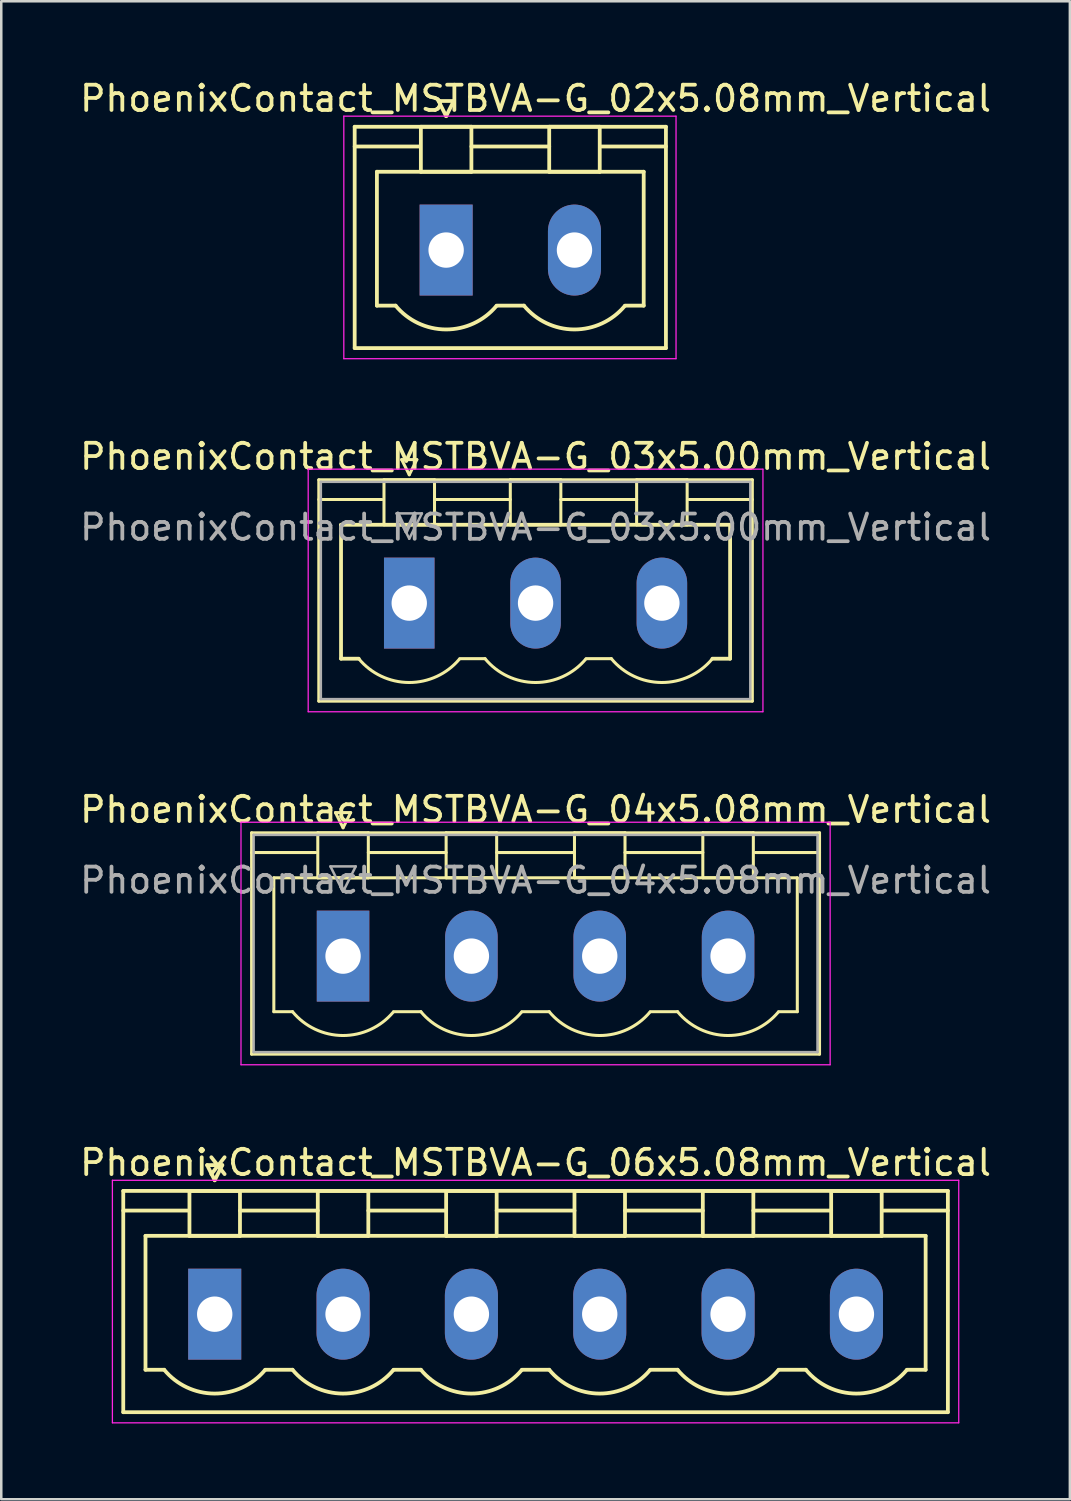
<source format=kicad_pcb>
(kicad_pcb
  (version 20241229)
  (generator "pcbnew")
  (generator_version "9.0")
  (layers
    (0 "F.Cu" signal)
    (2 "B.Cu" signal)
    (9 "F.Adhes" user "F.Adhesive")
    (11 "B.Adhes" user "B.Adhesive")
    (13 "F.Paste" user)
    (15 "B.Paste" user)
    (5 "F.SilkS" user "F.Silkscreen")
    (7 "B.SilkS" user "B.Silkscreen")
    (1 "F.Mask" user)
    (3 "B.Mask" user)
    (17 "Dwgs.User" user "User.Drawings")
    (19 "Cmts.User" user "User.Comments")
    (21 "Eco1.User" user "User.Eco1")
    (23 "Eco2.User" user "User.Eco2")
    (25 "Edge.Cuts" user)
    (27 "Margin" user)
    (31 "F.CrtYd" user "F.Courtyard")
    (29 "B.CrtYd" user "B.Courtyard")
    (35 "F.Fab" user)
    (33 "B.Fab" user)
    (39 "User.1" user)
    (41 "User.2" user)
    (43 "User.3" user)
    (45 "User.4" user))
  (footprint "PhoenixContact_MSTBVA-G_06x5.08mm_Vertical"
    (layer "F.Cu")
    (at 5.449 48.968)
    (property "Reference" "PhoenixContact_MSTBVA-G_06x5.08mm_Vertical" (at 12.7 -6 0) (layer "F.SilkS") (effects (font (size 1 1) (thickness 0.15))))
    (attr through_hole)
    (fp_line (start -3.62 -4.88) (end -3.62 3.88) (stroke (width 0.15) (type solid)) (layer "F.SilkS"))
    (fp_line (start -3.62 -4.1) (end -1.08 -4.1) (stroke (width 0.15) (type solid)) (layer "F.SilkS"))
    (fp_line (start -3.62 3.88) (end 29.02 3.88) (stroke (width 0.15) (type solid)) (layer "F.SilkS"))
    (fp_line (start -2.74 -3.1) (end 28.14 -3.1) (stroke (width 0.15) (type solid)) (layer "F.SilkS"))
    (fp_line (start -2.74 2.2) (end -2.74 -3.1) (stroke (width 0.15) (type solid)) (layer "F.SilkS"))
    (fp_line (start -2 2.2) (end -2.74 2.2) (stroke (width 0.15) (type solid)) (layer "F.SilkS"))
    (fp_line (start -1 -4.88) (end 1 -4.88) (stroke (width 0.15) (type solid)) (layer "F.SilkS"))
    (fp_line (start -1 -3.1) (end -1 -4.88) (stroke (width 0.15) (type solid)) (layer "F.SilkS"))
    (fp_line (start -0.3 -5.9) (end 0 -5.3) (stroke (width 0.15) (type solid)) (layer "F.SilkS"))
    (fp_line (start 0 -5.3) (end 0.3 -5.9) (stroke (width 0.15) (type solid)) (layer "F.SilkS"))
    (fp_line (start 0.3 -5.9) (end -0.3 -5.9) (stroke (width 0.15) (type solid)) (layer "F.SilkS"))
    (fp_line (start 1 -4.88) (end 1 -3.1) (stroke (width 0.15) (type solid)) (layer "F.SilkS"))
    (fp_line (start 1 -4.1) (end 4.08 -4.1) (stroke (width 0.15) (type solid)) (layer "F.SilkS"))
    (fp_line (start 1 -3.1) (end -1 -3.1) (stroke (width 0.15) (type solid)) (layer "F.SilkS"))
    (fp_line (start 2 2.2) (end 3.08 2.2) (stroke (width 0.15) (type solid)) (layer "F.SilkS"))
    (fp_line (start 4.08 -4.88) (end 6.08 -4.88) (stroke (width 0.15) (type solid)) (layer "F.SilkS"))
    (fp_line (start 4.08 -3.1) (end 4.08 -4.88) (stroke (width 0.15) (type solid)) (layer "F.SilkS"))
    (fp_line (start 6.08 -4.88) (end 6.08 -3.1) (stroke (width 0.15) (type solid)) (layer "F.SilkS"))
    (fp_line (start 6.08 -4.1) (end 9.16 -4.1) (stroke (width 0.15) (type solid)) (layer "F.SilkS"))
    (fp_line (start 6.08 -3.1) (end 4.08 -3.1) (stroke (width 0.15) (type solid)) (layer "F.SilkS"))
    (fp_line (start 7.08 2.2) (end 8.16 2.2) (stroke (width 0.15) (type solid)) (layer "F.SilkS"))
    (fp_line (start 9.16 -4.88) (end 11.16 -4.88) (stroke (width 0.15) (type solid)) (layer "F.SilkS"))
    (fp_line (start 9.16 -3.1) (end 9.16 -4.88) (stroke (width 0.15) (type solid)) (layer "F.SilkS"))
    (fp_line (start 11.16 -4.88) (end 11.16 -3.1) (stroke (width 0.15) (type solid)) (layer "F.SilkS"))
    (fp_line (start 11.16 -4.1) (end 14.24 -4.1) (stroke (width 0.15) (type solid)) (layer "F.SilkS"))
    (fp_line (start 11.16 -3.1) (end 9.16 -3.1) (stroke (width 0.15) (type solid)) (layer "F.SilkS"))
    (fp_line (start 12.16 2.2) (end 13.24 2.2) (stroke (width 0.15) (type solid)) (layer "F.SilkS"))
    (fp_line (start 14.24 -4.88) (end 16.24 -4.88) (stroke (width 0.15) (type solid)) (layer "F.SilkS"))
    (fp_line (start 14.24 -3.1) (end 14.24 -4.88) (stroke (width 0.15) (type solid)) (layer "F.SilkS"))
    (fp_line (start 16.24 -4.88) (end 16.24 -3.1) (stroke (width 0.15) (type solid)) (layer "F.SilkS"))
    (fp_line (start 16.24 -4.1) (end 19.32 -4.1) (stroke (width 0.15) (type solid)) (layer "F.SilkS"))
    (fp_line (start 16.24 -3.1) (end 14.24 -3.1) (stroke (width 0.15) (type solid)) (layer "F.SilkS"))
    (fp_line (start 17.24 2.2) (end 18.32 2.2) (stroke (width 0.15) (type solid)) (layer "F.SilkS"))
    (fp_line (start 19.32 -4.88) (end 21.32 -4.88) (stroke (width 0.15) (type solid)) (layer "F.SilkS"))
    (fp_line (start 19.32 -3.1) (end 19.32 -4.88) (stroke (width 0.15) (type solid)) (layer "F.SilkS"))
    (fp_line (start 21.32 -4.88) (end 21.32 -3.1) (stroke (width 0.15) (type solid)) (layer "F.SilkS"))
    (fp_line (start 21.32 -4.1) (end 24.4 -4.1) (stroke (width 0.15) (type solid)) (layer "F.SilkS"))
    (fp_line (start 21.32 -3.1) (end 19.32 -3.1) (stroke (width 0.15) (type solid)) (layer "F.SilkS"))
    (fp_line (start 22.32 2.2) (end 23.4 2.2) (stroke (width 0.15) (type solid)) (layer "F.SilkS"))
    (fp_line (start 24.4 -4.88) (end 26.4 -4.88) (stroke (width 0.15) (type solid)) (layer "F.SilkS"))
    (fp_line (start 24.4 -3.1) (end 24.4 -4.88) (stroke (width 0.15) (type solid)) (layer "F.SilkS"))
    (fp_line (start 26.4 -4.88) (end 26.4 -3.1) (stroke (width 0.15) (type solid)) (layer "F.SilkS"))
    (fp_line (start 26.4 -3.1) (end 24.4 -3.1) (stroke (width 0.15) (type solid)) (layer "F.SilkS"))
    (fp_line (start 28.14 -3.1) (end 28.14 2.2) (stroke (width 0.15) (type solid)) (layer "F.SilkS"))
    (fp_line (start 28.14 2.2) (end 27.4 2.2) (stroke (width 0.15) (type solid)) (layer "F.SilkS"))
    (fp_line (start 29.02 -4.88) (end -3.62 -4.88) (stroke (width 0.15) (type solid)) (layer "F.SilkS"))
    (fp_line (start 29.02 -4.1) (end 26.48 -4.1) (stroke (width 0.15) (type solid)) (layer "F.SilkS"))
    (fp_line (start 29.02 3.88) (end 29.02 -4.88) (stroke (width 0.15) (type solid)) (layer "F.SilkS"))
    (fp_arc (start 1.986842 2.215821) (mid -0.010289 3.142758) (end -2 2.2) (stroke (width 0.15) (type solid)) (layer "F.SilkS"))
    (fp_arc (start 7.066842 2.215821) (mid 5.069711 3.142758) (end 3.08 2.2) (stroke (width 0.15) (type solid)) (layer "F.SilkS"))
    (fp_arc (start 12.146842 2.215821) (mid 10.149711 3.142758) (end 8.16 2.2) (stroke (width 0.15) (type solid)) (layer "F.SilkS"))
    (fp_arc (start 17.226842 2.215821) (mid 15.229711 3.142758) (end 13.24 2.2) (stroke (width 0.15) (type solid)) (layer "F.SilkS"))
    (fp_arc (start 22.306842 2.215821) (mid 20.309711 3.142758) (end 18.32 2.2) (stroke (width 0.15) (type solid)) (layer "F.SilkS"))
    (fp_arc (start 27.386842 2.215821) (mid 25.389711 3.142758) (end 23.4 2.2) (stroke (width 0.15) (type solid)) (layer "F.SilkS"))
    (fp_line (start -4.05 -5.3) (end -4.05 4.3) (stroke (width 0.05) (type solid)) (layer "F.CrtYd"))
    (fp_line (start -4.05 4.3) (end 29.45 4.3) (stroke (width 0.05) (type solid)) (layer "F.CrtYd"))
    (fp_line (start 29.45 -5.3) (end -4.05 -5.3) (stroke (width 0.05) (type solid)) (layer "F.CrtYd"))
    (fp_line (start 29.45 4.3) (end 29.45 -5.3) (stroke (width 0.05) (type solid)) (layer "F.CrtYd"))
    (pad "1" thru_hole rect (at 0 0) (size 2.1 3.6) (drill 1.4) (layers "*.Cu" "*.Mask"))
    (pad "2" thru_hole oval (at 5.08 0) (size 2.1 3.6) (drill 1.4) (layers "*.Cu" "*.Mask"))
    (pad "3" thru_hole oval (at 10.16 0) (size 2.1 3.6) (drill 1.4) (layers "*.Cu" "*.Mask"))
    (pad "4" thru_hole oval (at 15.24 0) (size 2.1 3.6) (drill 1.4) (layers "*.Cu" "*.Mask"))
    (pad "5" thru_hole oval (at 20.32 0) (size 2.1 3.6) (drill 1.4) (layers "*.Cu" "*.Mask"))
    (pad "6" thru_hole oval (at 25.4 0) (size 2.1 3.6) (drill 1.4) (layers "*.Cu" "*.Mask")))
  (footprint "PhoenixContact_MSTBVA-G_04x5.08mm_Vertical"
    (layer "F.Cu")
    (at 10.529 34.795)
    (property "Reference" "PhoenixContact_MSTBVA-G_04x5.08mm_Vertical" (at 7.62 -5.8 0) (layer "F.SilkS") (effects (font (size 1 1) (thickness 0.15))))
    (attr through_hole)
    (fp_line (start -3.62 -4.88) (end -3.62 3.88) (stroke (width 0.12) (type solid)) (layer "F.SilkS"))
    (fp_line (start -3.62 -4.1) (end -1.08 -4.1) (stroke (width 0.12) (type solid)) (layer "F.SilkS"))
    (fp_line (start -3.62 3.88) (end 18.86 3.88) (stroke (width 0.12) (type solid)) (layer "F.SilkS"))
    (fp_line (start -2.74 -3.1) (end 17.98 -3.1) (stroke (width 0.12) (type solid)) (layer "F.SilkS"))
    (fp_line (start -2.74 2.2) (end -2.74 -3.1) (stroke (width 0.12) (type solid)) (layer "F.SilkS"))
    (fp_line (start -2 2.2) (end -2.74 2.2) (stroke (width 0.12) (type solid)) (layer "F.SilkS"))
    (fp_line (start -1 -4.88) (end 1 -4.88) (stroke (width 0.12) (type solid)) (layer "F.SilkS"))
    (fp_line (start -1 -3.1) (end -1 -4.88) (stroke (width 0.12) (type solid)) (layer "F.SilkS"))
    (fp_line (start -0.3 -5.68) (end 0.3 -5.68) (stroke (width 0.12) (type solid)) (layer "F.SilkS"))
    (fp_line (start 0 -5.08) (end -0.3 -5.68) (stroke (width 0.12) (type solid)) (layer "F.SilkS"))
    (fp_line (start 0.3 -5.68) (end 0 -5.08) (stroke (width 0.12) (type solid)) (layer "F.SilkS"))
    (fp_line (start 1 -4.88) (end 1 -3.1) (stroke (width 0.12) (type solid)) (layer "F.SilkS"))
    (fp_line (start 1 -4.1) (end 4.08 -4.1) (stroke (width 0.12) (type solid)) (layer "F.SilkS"))
    (fp_line (start 1 -3.1) (end -1 -3.1) (stroke (width 0.12) (type solid)) (layer "F.SilkS"))
    (fp_line (start 2 2.2) (end 3.08 2.2) (stroke (width 0.12) (type solid)) (layer "F.SilkS"))
    (fp_line (start 4.08 -4.88) (end 6.08 -4.88) (stroke (width 0.12) (type solid)) (layer "F.SilkS"))
    (fp_line (start 4.08 -3.1) (end 4.08 -4.88) (stroke (width 0.12) (type solid)) (layer "F.SilkS"))
    (fp_line (start 6.08 -4.88) (end 6.08 -3.1) (stroke (width 0.12) (type solid)) (layer "F.SilkS"))
    (fp_line (start 6.08 -4.1) (end 9.16 -4.1) (stroke (width 0.12) (type solid)) (layer "F.SilkS"))
    (fp_line (start 6.08 -3.1) (end 4.08 -3.1) (stroke (width 0.12) (type solid)) (layer "F.SilkS"))
    (fp_line (start 7.08 2.2) (end 8.16 2.2) (stroke (width 0.12) (type solid)) (layer "F.SilkS"))
    (fp_line (start 9.16 -4.88) (end 11.16 -4.88) (stroke (width 0.12) (type solid)) (layer "F.SilkS"))
    (fp_line (start 9.16 -3.1) (end 9.16 -4.88) (stroke (width 0.12) (type solid)) (layer "F.SilkS"))
    (fp_line (start 11.16 -4.88) (end 11.16 -3.1) (stroke (width 0.12) (type solid)) (layer "F.SilkS"))
    (fp_line (start 11.16 -4.1) (end 14.24 -4.1) (stroke (width 0.12) (type solid)) (layer "F.SilkS"))
    (fp_line (start 11.16 -3.1) (end 9.16 -3.1) (stroke (width 0.12) (type solid)) (layer "F.SilkS"))
    (fp_line (start 12.16 2.2) (end 13.24 2.2) (stroke (width 0.12) (type solid)) (layer "F.SilkS"))
    (fp_line (start 14.24 -4.88) (end 16.24 -4.88) (stroke (width 0.12) (type solid)) (layer "F.SilkS"))
    (fp_line (start 14.24 -3.1) (end 14.24 -4.88) (stroke (width 0.12) (type solid)) (layer "F.SilkS"))
    (fp_line (start 16.24 -4.88) (end 16.24 -3.1) (stroke (width 0.12) (type solid)) (layer "F.SilkS"))
    (fp_line (start 16.24 -3.1) (end 14.24 -3.1) (stroke (width 0.12) (type solid)) (layer "F.SilkS"))
    (fp_line (start 17.98 -3.1) (end 17.98 2.2) (stroke (width 0.12) (type solid)) (layer "F.SilkS"))
    (fp_line (start 17.98 2.2) (end 17.24 2.2) (stroke (width 0.12) (type solid)) (layer "F.SilkS"))
    (fp_line (start 18.86 -4.88) (end -3.62 -4.88) (stroke (width 0.12) (type solid)) (layer "F.SilkS"))
    (fp_line (start 18.86 -4.1) (end 16.32 -4.1) (stroke (width 0.12) (type solid)) (layer "F.SilkS"))
    (fp_line (start 18.86 3.88) (end 18.86 -4.88) (stroke (width 0.12) (type solid)) (layer "F.SilkS"))
    (fp_arc (start 1.986842 2.215821) (mid -0.010289 3.142758) (end -2 2.2) (stroke (width 0.12) (type solid)) (layer "F.SilkS"))
    (fp_arc (start 7.066842 2.215821) (mid 5.069711 3.142758) (end 3.08 2.2) (stroke (width 0.12) (type solid)) (layer "F.SilkS"))
    (fp_arc (start 12.146842 2.215821) (mid 10.149711 3.142758) (end 8.16 2.2) (stroke (width 0.12) (type solid)) (layer "F.SilkS"))
    (fp_arc (start 17.226842 2.215821) (mid 15.229711 3.142758) (end 13.24 2.2) (stroke (width 0.12) (type solid)) (layer "F.SilkS"))
    (fp_line (start -4.04 -5.3) (end -4.04 4.3) (stroke (width 0.05) (type solid)) (layer "F.CrtYd"))
    (fp_line (start -4.04 4.3) (end 19.28 4.3) (stroke (width 0.05) (type solid)) (layer "F.CrtYd"))
    (fp_line (start 19.28 -5.3) (end -4.04 -5.3) (stroke (width 0.05) (type solid)) (layer "F.CrtYd"))
    (fp_line (start 19.28 4.3) (end 19.28 -5.3) (stroke (width 0.05) (type solid)) (layer "F.CrtYd"))
    (fp_line (start -3.54 -4.8) (end -3.54 3.8) (stroke (width 0.1) (type solid)) (layer "F.Fab"))
    (fp_line (start -3.54 3.8) (end 18.78 3.8) (stroke (width 0.1) (type solid)) (layer "F.Fab"))
    (fp_line (start -0.5 -3.55) (end 0.5 -3.55) (stroke (width 0.1) (type solid)) (layer "F.Fab"))
    (fp_line (start 0 -2.55) (end -0.5 -3.55) (stroke (width 0.1) (type solid)) (layer "F.Fab"))
    (fp_line (start 0.5 -3.55) (end 0 -2.55) (stroke (width 0.1) (type solid)) (layer "F.Fab"))
    (fp_line (start 18.78 -4.8) (end -3.54 -4.8) (stroke (width 0.1) (type solid)) (layer "F.Fab"))
    (fp_line (start 18.78 3.8) (end 18.78 -4.8) (stroke (width 0.1) (type solid)) (layer "F.Fab"))
    (fp_text user "${REFERENCE}" (at 7.62 -3 0) (layer "F.Fab") (effects (font (size 1 1) (thickness 0.15))))
    (pad "1" thru_hole rect (at 0 0) (size 2.08 3.6) (drill 1.4) (layers "*.Cu" "*.Mask"))
    (pad "2" thru_hole oval (at 5.08 0) (size 2.08 3.6) (drill 1.4) (layers "*.Cu" "*.Mask"))
    (pad "3" thru_hole oval (at 10.16 0) (size 2.08 3.6) (drill 1.4) (layers "*.Cu" "*.Mask"))
    (pad "4" thru_hole oval (at 15.24 0) (size 2.08 3.6) (drill 1.4) (layers "*.Cu" "*.Mask")))
  (footprint "PhoenixContact_MSTBVA-G_03x5.00mm_Vertical"
    (layer "F.Cu")
    (at 13.149 20.822)
    (property "Reference" "PhoenixContact_MSTBVA-G_03x5.00mm_Vertical" (at 5 -5.8 0) (layer "F.SilkS") (effects (font (size 1 1) (thickness 0.15))))
    (attr through_hole)
    (fp_line (start -3.58 -4.88) (end -3.58 3.88) (stroke (width 0.12) (type solid)) (layer "F.SilkS"))
    (fp_line (start -3.58 -4.1) (end -1.08 -4.1) (stroke (width 0.12) (type solid)) (layer "F.SilkS"))
    (fp_line (start -3.58 3.88) (end 13.58 3.88) (stroke (width 0.12) (type solid)) (layer "F.SilkS"))
    (fp_line (start -2.7 -3.1) (end 12.7 -3.1) (stroke (width 0.15) (type solid)) (layer "F.SilkS"))
    (fp_line (start -2.7 2.2) (end -2.7 -3.1) (stroke (width 0.15) (type solid)) (layer "F.SilkS"))
    (fp_line (start -2 2.2) (end -2.7 2.2) (stroke (width 0.15) (type solid)) (layer "F.SilkS"))
    (fp_line (start -1 -4.88) (end 1 -4.88) (stroke (width 0.12) (type solid)) (layer "F.SilkS"))
    (fp_line (start -1 -3.1) (end -1 -4.88) (stroke (width 0.12) (type solid)) (layer "F.SilkS"))
    (fp_line (start -0.3 -5.68) (end 0.3 -5.68) (stroke (width 0.12) (type solid)) (layer "F.SilkS"))
    (fp_line (start 0 -5.08) (end -0.3 -5.68) (stroke (width 0.12) (type solid)) (layer "F.SilkS"))
    (fp_line (start 0.3 -5.68) (end 0 -5.08) (stroke (width 0.12) (type solid)) (layer "F.SilkS"))
    (fp_line (start 1 -4.88) (end 1 -3.1) (stroke (width 0.12) (type solid)) (layer "F.SilkS"))
    (fp_line (start 1 -4.1) (end 4 -4.1) (stroke (width 0.12) (type solid)) (layer "F.SilkS"))
    (fp_line (start 1 -3.1) (end -1 -3.1) (stroke (width 0.12) (type solid)) (layer "F.SilkS"))
    (fp_line (start 2 2.2) (end 3 2.2) (stroke (width 0.12) (type solid)) (layer "F.SilkS"))
    (fp_line (start 4 -4.88) (end 6 -4.88) (stroke (width 0.12) (type solid)) (layer "F.SilkS"))
    (fp_line (start 4 -3.1) (end 4 -4.88) (stroke (width 0.12) (type solid)) (layer "F.SilkS"))
    (fp_line (start 6 -4.88) (end 6 -3.1) (stroke (width 0.12) (type solid)) (layer "F.SilkS"))
    (fp_line (start 6 -4.1) (end 9 -4.1) (stroke (width 0.12) (type solid)) (layer "F.SilkS"))
    (fp_line (start 6 -3.1) (end 4 -3.1) (stroke (width 0.12) (type solid)) (layer "F.SilkS"))
    (fp_line (start 7 2.2) (end 8 2.2) (stroke (width 0.12) (type solid)) (layer "F.SilkS"))
    (fp_line (start 9 -4.88) (end 11 -4.88) (stroke (width 0.12) (type solid)) (layer "F.SilkS"))
    (fp_line (start 9 -3.1) (end 9 -4.88) (stroke (width 0.12) (type solid)) (layer "F.SilkS"))
    (fp_line (start 11 -4.88) (end 11 -3.1) (stroke (width 0.12) (type solid)) (layer "F.SilkS"))
    (fp_line (start 11 -3.1) (end 9 -3.1) (stroke (width 0.12) (type solid)) (layer "F.SilkS"))
    (fp_line (start 12.7 -3.1) (end 12.7 2.2) (stroke (width 0.15) (type solid)) (layer "F.SilkS"))
    (fp_line (start 12.7 2.2) (end 12 2.2) (stroke (width 0.15) (type solid)) (layer "F.SilkS"))
    (fp_line (start 13.58 -4.88) (end -3.58 -4.88) (stroke (width 0.12) (type solid)) (layer "F.SilkS"))
    (fp_line (start 13.58 -4.1) (end 11.08 -4.1) (stroke (width 0.12) (type solid)) (layer "F.SilkS"))
    (fp_line (start 13.58 3.88) (end 13.58 -4.88) (stroke (width 0.12) (type solid)) (layer "F.SilkS"))
    (fp_arc (start 1.986842 2.215821) (mid -0.010289 3.142758) (end -2 2.2) (stroke (width 0.12) (type solid)) (layer "F.SilkS"))
    (fp_arc (start 6.986842 2.215821) (mid 4.989711 3.142758) (end 3 2.2) (stroke (width 0.12) (type solid)) (layer "F.SilkS"))
    (fp_arc (start 11.986842 2.215821) (mid 9.989711 3.142758) (end 8 2.2) (stroke (width 0.12) (type solid)) (layer "F.SilkS"))
    (fp_line (start -4 -5.3) (end -4 4.3) (stroke (width 0.05) (type solid)) (layer "F.CrtYd"))
    (fp_line (start -4 4.3) (end 14 4.3) (stroke (width 0.05) (type solid)) (layer "F.CrtYd"))
    (fp_line (start 14 -5.3) (end -4 -5.3) (stroke (width 0.05) (type solid)) (layer "F.CrtYd"))
    (fp_line (start 14 4.3) (end 14 -5.3) (stroke (width 0.05) (type solid)) (layer "F.CrtYd"))
    (fp_line (start -3.5 -4.8) (end -3.5 3.8) (stroke (width 0.1) (type solid)) (layer "F.Fab"))
    (fp_line (start -3.5 3.8) (end 13.5 3.8) (stroke (width 0.1) (type solid)) (layer "F.Fab"))
    (fp_line (start -0.5 -3.55) (end 0.5 -3.55) (stroke (width 0.1) (type solid)) (layer "F.Fab"))
    (fp_line (start 0 -2.55) (end -0.5 -3.55) (stroke (width 0.1) (type solid)) (layer "F.Fab"))
    (fp_line (start 0.5 -3.55) (end 0 -2.55) (stroke (width 0.1) (type solid)) (layer "F.Fab"))
    (fp_line (start 13.5 -4.8) (end -3.5 -4.8) (stroke (width 0.1) (type solid)) (layer "F.Fab"))
    (fp_line (start 13.5 3.8) (end 13.5 -4.8) (stroke (width 0.1) (type solid)) (layer "F.Fab"))
    (fp_text user "${REFERENCE}" (at 5 -3 0) (layer "F.Fab") (effects (font (size 1 1) (thickness 0.15))))
    (pad "1" thru_hole rect (at 0 0) (size 2 3.6) (drill 1.4) (layers "*.Cu" "*.Mask"))
    (pad "2" thru_hole oval (at 5 0) (size 2 3.6) (drill 1.4) (layers "*.Cu" "*.Mask"))
    (pad "3" thru_hole oval (at 10 0) (size 2 3.6) (drill 1.4) (layers "*.Cu" "*.Mask")))
  (footprint "PhoenixContact_MSTBVA-G_02x5.08mm_Vertical"
    (layer "F.Cu")
    (at 14.609 6.848)
    (property "Reference" "PhoenixContact_MSTBVA-G_02x5.08mm_Vertical" (at 3.54 -6 0) (layer "F.SilkS") (effects (font (size 1 1) (thickness 0.15))))
    (attr through_hole)
    (fp_line (start -3.62 -4.88) (end -3.62 3.88) (stroke (width 0.15) (type solid)) (layer "F.SilkS"))
    (fp_line (start -3.62 -4.1) (end -1.08 -4.1) (stroke (width 0.15) (type solid)) (layer "F.SilkS"))
    (fp_line (start -3.62 3.88) (end 8.7 3.88) (stroke (width 0.15) (type solid)) (layer "F.SilkS"))
    (fp_line (start -2.74 -3.1) (end 7.82 -3.1) (stroke (width 0.15) (type solid)) (layer "F.SilkS"))
    (fp_line (start -2.74 2.2) (end -2.74 -3.1) (stroke (width 0.15) (type solid)) (layer "F.SilkS"))
    (fp_line (start -2 2.2) (end -2.74 2.2) (stroke (width 0.15) (type solid)) (layer "F.SilkS"))
    (fp_line (start -1 -4.88) (end 1 -4.88) (stroke (width 0.15) (type solid)) (layer "F.SilkS"))
    (fp_line (start -1 -3.1) (end -1 -4.88) (stroke (width 0.15) (type solid)) (layer "F.SilkS"))
    (fp_line (start -0.3 -5.9) (end 0 -5.3) (stroke (width 0.15) (type solid)) (layer "F.SilkS"))
    (fp_line (start 0 -5.3) (end 0.3 -5.9) (stroke (width 0.15) (type solid)) (layer "F.SilkS"))
    (fp_line (start 0.3 -5.9) (end -0.3 -5.9) (stroke (width 0.15) (type solid)) (layer "F.SilkS"))
    (fp_line (start 1 -4.88) (end 1 -3.1) (stroke (width 0.15) (type solid)) (layer "F.SilkS"))
    (fp_line (start 1 -4.1) (end 4.08 -4.1) (stroke (width 0.15) (type solid)) (layer "F.SilkS"))
    (fp_line (start 1 -3.1) (end -1 -3.1) (stroke (width 0.15) (type solid)) (layer "F.SilkS"))
    (fp_line (start 2 2.2) (end 3.08 2.2) (stroke (width 0.15) (type solid)) (layer "F.SilkS"))
    (fp_line (start 4.08 -4.88) (end 6.08 -4.88) (stroke (width 0.15) (type solid)) (layer "F.SilkS"))
    (fp_line (start 4.08 -3.1) (end 4.08 -4.88) (stroke (width 0.15) (type solid)) (layer "F.SilkS"))
    (fp_line (start 6.08 -4.88) (end 6.08 -3.1) (stroke (width 0.15) (type solid)) (layer "F.SilkS"))
    (fp_line (start 6.08 -3.1) (end 4.08 -3.1) (stroke (width 0.15) (type solid)) (layer "F.SilkS"))
    (fp_line (start 7.82 -3.1) (end 7.82 2.2) (stroke (width 0.15) (type solid)) (layer "F.SilkS"))
    (fp_line (start 7.82 2.2) (end 7.08 2.2) (stroke (width 0.15) (type solid)) (layer "F.SilkS"))
    (fp_line (start 8.7 -4.88) (end -3.62 -4.88) (stroke (width 0.15) (type solid)) (layer "F.SilkS"))
    (fp_line (start 8.7 -4.1) (end 6.16 -4.1) (stroke (width 0.15) (type solid)) (layer "F.SilkS"))
    (fp_line (start 8.7 3.88) (end 8.7 -4.88) (stroke (width 0.15) (type solid)) (layer "F.SilkS"))
    (fp_arc (start 1.986842 2.215821) (mid -0.010289 3.142758) (end -2 2.2) (stroke (width 0.15) (type solid)) (layer "F.SilkS"))
    (fp_arc (start 7.066842 2.215821) (mid 5.069711 3.142758) (end 3.08 2.2) (stroke (width 0.15) (type solid)) (layer "F.SilkS"))
    (fp_line (start -4.05 -5.3) (end -4.05 4.3) (stroke (width 0.05) (type solid)) (layer "F.CrtYd"))
    (fp_line (start -4.05 4.3) (end 9.1 4.3) (stroke (width 0.05) (type solid)) (layer "F.CrtYd"))
    (fp_line (start 9.1 -5.3) (end -4.05 -5.3) (stroke (width 0.05) (type solid)) (layer "F.CrtYd"))
    (fp_line (start 9.1 4.3) (end 9.1 -5.3) (stroke (width 0.05) (type solid)) (layer "F.CrtYd"))
    (pad "1" thru_hole rect (at 0 0) (size 2.1 3.6) (drill 1.4) (layers "*.Cu" "*.Mask"))
    (pad "2" thru_hole oval (at 5.08 0) (size 2.1 3.6) (drill 1.4) (layers "*.Cu" "*.Mask")))
  (gr_rect
    (start -3 -3)
    (end 39.298 56.293)
    (stroke (width 0.1) (type default))
    (fill no)
    (layer "Edge.Cuts")))
</source>
